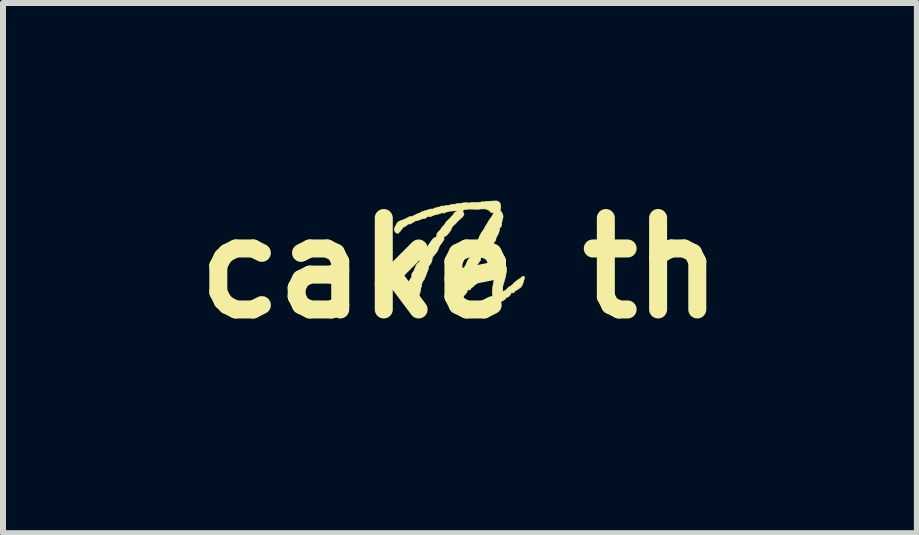
<source format=kicad_pcb>
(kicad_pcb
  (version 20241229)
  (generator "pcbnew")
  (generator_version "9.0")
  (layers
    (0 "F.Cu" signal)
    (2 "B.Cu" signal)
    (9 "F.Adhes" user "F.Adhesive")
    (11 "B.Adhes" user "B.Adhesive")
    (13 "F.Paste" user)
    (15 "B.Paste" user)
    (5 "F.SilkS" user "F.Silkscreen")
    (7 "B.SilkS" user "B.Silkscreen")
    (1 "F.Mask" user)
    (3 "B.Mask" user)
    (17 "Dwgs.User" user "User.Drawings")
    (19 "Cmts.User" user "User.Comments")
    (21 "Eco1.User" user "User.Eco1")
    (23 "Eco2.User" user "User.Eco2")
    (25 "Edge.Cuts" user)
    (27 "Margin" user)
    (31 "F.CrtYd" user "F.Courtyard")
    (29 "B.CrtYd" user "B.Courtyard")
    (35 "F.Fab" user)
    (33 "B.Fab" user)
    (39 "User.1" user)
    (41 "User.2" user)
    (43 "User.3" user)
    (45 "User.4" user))
  (footprint "cake th"
    (layer "F.Cu")
    (at 4.616 1.418)
    (property "Reference" "cake th" (at 0 0 0) (layer "F.SilkS") (effects (font (size 1.524 1.524) (thickness 0.3))))
    (attr through_hole)
    (fp_poly (pts (xy 0.627 -1.115) (xy 0.644 -1.106) (xy 0.65 -1.101) (xy 0.659 -1.091) (xy 0.667 -1.079) (xy 0.673 -1.068) (xy 0.676 -1.058) (xy 0.676 -1.056) (xy 0.676 -1.049) (xy 0.677 -1.04) (xy 0.679 -1.032) (xy 0.68 -1.021) (xy 0.68 -1.014) (xy 0.679 -1.007) (xy 0.677 -1.001) (xy 0.675 -0.991) (xy 0.672 -0.98) (xy 0.672 -0.979) (xy 0.669 -0.959) (xy 0.679 -0.949) (xy 0.69 -0.936) (xy 0.7 -0.92) (xy 0.708 -0.903) (xy 0.714 -0.885) (xy 0.717 -0.868) (xy 0.718 -0.853) (xy 0.716 -0.845) (xy 0.714 -0.836) (xy 0.711 -0.826) (xy 0.711 -0.826) (xy 0.708 -0.814) (xy 0.705 -0.8) (xy 0.701 -0.783) (xy 0.698 -0.767) (xy 0.696 -0.754) (xy 0.694 -0.742) (xy 0.691 -0.727) (xy 0.689 -0.716) (xy 0.688 -0.706) (xy 0.686 -0.697) (xy 0.686 -0.692) (xy 0.686 -0.691) (xy 0.684 -0.688) (xy 0.678 -0.683) (xy 0.676 -0.681) (xy 0.669 -0.677) (xy 0.665 -0.672) (xy 0.662 -0.665) (xy 0.66 -0.655) (xy 0.658 -0.642) (xy 0.658 -0.64) (xy 0.652 -0.609) (xy 0.641 -0.578) (xy 0.626 -0.547) (xy 0.614 -0.528) (xy 0.607 -0.516) (xy 0.603 -0.505) (xy 0.6 -0.493) (xy 0.6 -0.492) (xy 0.597 -0.478) (xy 0.594 -0.468) (xy 0.591 -0.46) (xy 0.586 -0.452) (xy 0.58 -0.443) (xy 0.576 -0.439) (xy 0.567 -0.427) (xy 0.559 -0.413) (xy 0.551 -0.4) (xy 0.55 -0.398) (xy 0.545 -0.388) (xy 0.538 -0.375) (xy 0.529 -0.361) (xy 0.519 -0.346) (xy 0.51 -0.333) (xy 0.499 -0.317) (xy 0.485 -0.298) (xy 0.472 -0.278) (xy 0.459 -0.26) (xy 0.453 -0.251) (xy 0.443 -0.237) (xy 0.432 -0.223) (xy 0.423 -0.21) (xy 0.415 -0.2) (xy 0.409 -0.193) (xy 0.401 -0.186) (xy 0.396 -0.181) (xy 0.393 -0.179) (xy 0.39 -0.179) (xy 0.387 -0.18) (xy 0.376 -0.183) (xy 0.364 -0.182) (xy 0.353 -0.179) (xy 0.351 -0.178) (xy 0.347 -0.175) (xy 0.344 -0.172) (xy 0.343 -0.168) (xy 0.343 -0.161) (xy 0.343 -0.154) (xy 0.344 -0.136) (xy 0.319 -0.1) (xy 0.308 -0.085) (xy 0.296 -0.068) (xy 0.284 -0.051) (xy 0.273 -0.036) (xy 0.271 -0.032) (xy 0.261 -0.017) (xy 0.253 -0.005) (xy 0.248 0.005) (xy 0.243 0.014) (xy 0.24 0.023) (xy 0.236 0.035) (xy 0.232 0.047) (xy 0.228 0.056) (xy 0.227 0.058) (xy 0.224 0.065) (xy 0.222 0.071) (xy 0.221 0.073) (xy 0.22 0.075) (xy 0.216 0.081) (xy 0.211 0.089) (xy 0.21 0.092) (xy 0.201 0.105) (xy 0.194 0.117) (xy 0.188 0.13) (xy 0.182 0.145) (xy 0.176 0.159) (xy 0.172 0.171) (xy 0.166 0.182) (xy 0.162 0.192) (xy 0.16 0.196) (xy 0.154 0.206) (xy 0.147 0.217) (xy 0.141 0.23) (xy 0.136 0.243) (xy 0.131 0.254) (xy 0.127 0.264) (xy 0.125 0.27) (xy 0.125 0.273) (xy 0.128 0.277) (xy 0.133 0.276) (xy 0.139 0.272) (xy 0.148 0.264) (xy 0.159 0.252) (xy 0.172 0.236) (xy 0.179 0.228) (xy 0.189 0.217) (xy 0.2 0.204) (xy 0.212 0.192) (xy 0.216 0.188) (xy 0.226 0.178) (xy 0.235 0.169) (xy 0.242 0.162) (xy 0.246 0.157) (xy 0.246 0.155) (xy 0.248 0.153) (xy 0.254 0.149) (xy 0.258 0.146) (xy 0.265 0.141) (xy 0.27 0.137) (xy 0.272 0.136) (xy 0.276 0.133) (xy 0.283 0.132) (xy 0.284 0.132) (xy 0.291 0.132) (xy 0.295 0.129) (xy 0.3 0.125) (xy 0.305 0.117) (xy 0.307 0.112) (xy 0.312 0.105) (xy 0.317 0.1) (xy 0.325 0.097) (xy 0.326 0.097) (xy 0.338 0.091) (xy 0.35 0.082) (xy 0.36 0.068) (xy 0.361 0.066) (xy 0.368 0.058) (xy 0.375 0.054) (xy 0.376 0.054) (xy 0.381 0.052) (xy 0.388 0.047) (xy 0.396 0.039) (xy 0.401 0.033) (xy 0.412 0.02) (xy 0.423 0.01) (xy 0.436 0.001) (xy 0.451 -0.008) (xy 0.46 -0.013) (xy 0.47 -0.019) (xy 0.481 -0.025) (xy 0.489 -0.03) (xy 0.505 -0.04) (xy 0.526 -0.05) (xy 0.551 -0.06) (xy 0.565 -0.065) (xy 0.593 -0.075) (xy 0.636 -0.075) (xy 0.653 -0.075) (xy 0.665 -0.074) (xy 0.675 -0.074) (xy 0.683 -0.073) (xy 0.69 -0.071) (xy 0.697 -0.069) (xy 0.697 -0.069) (xy 0.712 -0.064) (xy 0.724 -0.059) (xy 0.734 -0.054) (xy 0.743 -0.047) (xy 0.745 -0.046) (xy 0.754 -0.04) (xy 0.76 -0.034) (xy 0.764 -0.028) (xy 0.769 -0.02) (xy 0.771 -0.016) (xy 0.776 -0.002) (xy 0.777 0.016) (xy 0.776 0.037) (xy 0.775 0.047) (xy 0.773 0.056) (xy 0.771 0.068) (xy 0.769 0.082) (xy 0.768 0.09) (xy 0.766 0.102) (xy 0.765 0.113) (xy 0.763 0.122) (xy 0.762 0.126) (xy 0.761 0.132) (xy 0.758 0.141) (xy 0.756 0.152) (xy 0.756 0.154) (xy 0.754 0.162) (xy 0.75 0.175) (xy 0.746 0.19) (xy 0.741 0.206) (xy 0.736 0.224) (xy 0.734 0.229) (xy 0.728 0.249) (xy 0.722 0.266) (xy 0.719 0.28) (xy 0.716 0.291) (xy 0.714 0.301) (xy 0.713 0.31) (xy 0.712 0.319) (xy 0.712 0.329) (xy 0.712 0.341) (xy 0.712 0.346) (xy 0.713 0.364) (xy 0.714 0.377) (xy 0.716 0.386) (xy 0.719 0.391) (xy 0.724 0.391) (xy 0.73 0.388) (xy 0.738 0.383) (xy 0.741 0.38) (xy 0.748 0.374) (xy 0.755 0.37) (xy 0.759 0.368) (xy 0.763 0.367) (xy 0.77 0.362) (xy 0.775 0.356) (xy 0.789 0.342) (xy 0.799 0.331) (xy 0.807 0.323) (xy 0.813 0.317) (xy 0.818 0.313) (xy 0.821 0.31) (xy 0.824 0.309) (xy 0.827 0.308) (xy 0.828 0.307) (xy 0.839 0.303) (xy 0.852 0.295) (xy 0.865 0.285) (xy 0.877 0.274) (xy 0.882 0.269) (xy 0.894 0.256) (xy 0.909 0.242) (xy 0.927 0.227) (xy 0.945 0.212) (xy 0.964 0.198) (xy 0.982 0.186) (xy 0.998 0.177) (xy 0.999 0.176) (xy 1.005 0.172) (xy 1.013 0.165) (xy 1.019 0.159) (xy 1.03 0.15) (xy 1.041 0.143) (xy 1.051 0.138) (xy 1.058 0.137) (xy 1.064 0.139) (xy 1.069 0.142) (xy 1.073 0.149) (xy 1.074 0.158) (xy 1.073 0.17) (xy 1.069 0.186) (xy 1.068 0.187) (xy 1.065 0.2) (xy 1.061 0.214) (xy 1.058 0.226) (xy 1.055 0.237) (xy 1.05 0.25) (xy 1.045 0.264) (xy 1.043 0.268) (xy 1.038 0.279) (xy 1.033 0.289) (xy 1.029 0.297) (xy 1.028 0.3) (xy 1.02 0.313) (xy 1.009 0.322) (xy 1.005 0.324) (xy 0.998 0.328) (xy 0.991 0.334) (xy 0.989 0.335) (xy 0.972 0.35) (xy 0.95 0.364) (xy 0.939 0.369) (xy 0.929 0.373) (xy 0.922 0.378) (xy 0.917 0.383) (xy 0.911 0.39) (xy 0.909 0.394) (xy 0.902 0.404) (xy 0.897 0.41) (xy 0.892 0.413) (xy 0.887 0.413) (xy 0.88 0.411) (xy 0.877 0.41) (xy 0.864 0.404) (xy 0.854 0.416) (xy 0.848 0.424) (xy 0.842 0.433) (xy 0.84 0.438) (xy 0.838 0.445) (xy 0.834 0.451) (xy 0.827 0.458) (xy 0.817 0.468) (xy 0.808 0.476) (xy 0.802 0.481) (xy 0.797 0.484) (xy 0.793 0.485) (xy 0.789 0.484) (xy 0.788 0.484) (xy 0.778 0.484) (xy 0.771 0.487) (xy 0.766 0.494) (xy 0.764 0.505) (xy 0.764 0.505) (xy 0.762 0.51) (xy 0.757 0.515) (xy 0.749 0.522) (xy 0.745 0.524) (xy 0.737 0.529) (xy 0.73 0.533) (xy 0.726 0.536) (xy 0.726 0.536) (xy 0.723 0.537) (xy 0.717 0.541) (xy 0.709 0.546) (xy 0.707 0.547) (xy 0.695 0.555) (xy 0.684 0.56) (xy 0.672 0.563) (xy 0.658 0.565) (xy 0.654 0.566) (xy 0.644 0.566) (xy 0.637 0.566) (xy 0.632 0.564) (xy 0.627 0.561) (xy 0.623 0.558) (xy 0.614 0.552) (xy 0.605 0.547) (xy 0.596 0.543) (xy 0.591 0.541) (xy 0.59 0.541) (xy 0.585 0.539) (xy 0.578 0.532) (xy 0.571 0.522) (xy 0.564 0.51) (xy 0.561 0.503) (xy 0.557 0.492) (xy 0.552 0.482) (xy 0.548 0.474) (xy 0.546 0.471) (xy 0.543 0.464) (xy 0.542 0.457) (xy 0.541 0.447) (xy 0.541 0.441) (xy 0.541 0.43) (xy 0.54 0.42) (xy 0.538 0.413) (xy 0.538 0.412) (xy 0.536 0.406) (xy 0.537 0.401) (xy 0.54 0.395) (xy 0.541 0.394) (xy 0.544 0.386) (xy 0.545 0.381) (xy 0.544 0.377) (xy 0.542 0.367) (xy 0.541 0.354) (xy 0.543 0.336) (xy 0.545 0.325) (xy 0.547 0.312) (xy 0.549 0.299) (xy 0.551 0.288) (xy 0.551 0.287) (xy 0.553 0.276) (xy 0.555 0.265) (xy 0.556 0.259) (xy 0.558 0.251) (xy 0.56 0.24) (xy 0.562 0.228) (xy 0.563 0.225) (xy 0.565 0.212) (xy 0.568 0.2) (xy 0.571 0.19) (xy 0.571 0.188) (xy 0.573 0.18) (xy 0.574 0.169) (xy 0.575 0.156) (xy 0.576 0.142) (xy 0.576 0.128) (xy 0.576 0.115) (xy 0.576 0.104) (xy 0.575 0.096) (xy 0.574 0.092) (xy 0.574 0.092) (xy 0.57 0.09) (xy 0.563 0.087) (xy 0.554 0.082) (xy 0.552 0.082) (xy 0.54 0.077) (xy 0.531 0.075) (xy 0.525 0.076) (xy 0.519 0.08) (xy 0.514 0.088) (xy 0.508 0.097) (xy 0.502 0.105) (xy 0.499 0.108) (xy 0.495 0.113) (xy 0.492 0.115) (xy 0.487 0.116) (xy 0.479 0.116) (xy 0.477 0.115) (xy 0.461 0.114) (xy 0.456 0.123) (xy 0.451 0.131) (xy 0.443 0.139) (xy 0.434 0.147) (xy 0.426 0.153) (xy 0.419 0.156) (xy 0.407 0.161) (xy 0.394 0.169) (xy 0.381 0.178) (xy 0.372 0.184) (xy 0.364 0.19) (xy 0.359 0.192) (xy 0.351 0.197) (xy 0.34 0.204) (xy 0.329 0.213) (xy 0.318 0.221) (xy 0.308 0.23) (xy 0.301 0.237) (xy 0.298 0.241) (xy 0.291 0.249) (xy 0.285 0.252) (xy 0.279 0.256) (xy 0.272 0.262) (xy 0.267 0.267) (xy 0.255 0.278) (xy 0.243 0.285) (xy 0.234 0.29) (xy 0.229 0.295) (xy 0.225 0.302) (xy 0.22 0.309) (xy 0.215 0.314) (xy 0.208 0.317) (xy 0.2 0.32) (xy 0.194 0.324) (xy 0.189 0.329) (xy 0.183 0.338) (xy 0.178 0.348) (xy 0.173 0.356) (xy 0.169 0.361) (xy 0.166 0.364) (xy 0.163 0.364) (xy 0.163 0.364) (xy 0.151 0.362) (xy 0.143 0.362) (xy 0.137 0.362) (xy 0.134 0.363) (xy 0.131 0.365) (xy 0.131 0.365) (xy 0.124 0.372) (xy 0.12 0.381) (xy 0.118 0.391) (xy 0.117 0.395) (xy 0.116 0.4) (xy 0.113 0.404) (xy 0.109 0.41) (xy 0.104 0.417) (xy 0.097 0.426) (xy 0.087 0.436) (xy 0.076 0.449) (xy 0.061 0.464) (xy 0.043 0.482) (xy 0.031 0.495) (xy 0.018 0.508) (xy 0.009 0.519) (xy 0.001 0.529) (xy -0.004 0.538) (xy -0.007 0.543) (xy -0.012 0.553) (xy -0.018 0.561) (xy -0.024 0.568) (xy -0.033 0.576) (xy -0.044 0.585) (xy -0.053 0.592) (xy -0.066 0.6) (xy -0.076 0.605) (xy -0.082 0.607) (xy -0.094 0.605) (xy -0.105 0.597) (xy -0.115 0.586) (xy -0.123 0.572) (xy -0.129 0.557) (xy -0.134 0.547) (xy -0.137 0.539) (xy -0.138 0.534) (xy -0.139 0.53) (xy -0.139 0.527) (xy -0.138 0.525) (xy -0.137 0.519) (xy -0.136 0.509) (xy -0.135 0.498) (xy -0.135 0.494) (xy -0.134 0.482) (xy -0.131 0.471) (xy -0.128 0.458) (xy -0.124 0.442) (xy -0.118 0.424) (xy -0.114 0.412) (xy -0.108 0.397) (xy -0.103 0.385) (xy -0.097 0.373) (xy -0.089 0.36) (xy -0.086 0.356) (xy -0.077 0.339) (xy -0.069 0.322) (xy -0.062 0.303) (xy -0.06 0.295) (xy -0.058 0.287) (xy -0.056 0.278) (xy -0.056 0.27) (xy -0.056 0.264) (xy -0.058 0.262) (xy -0.058 0.262) (xy -0.06 0.263) (xy -0.066 0.266) (xy -0.074 0.271) (xy -0.075 0.271) (xy -0.089 0.28) (xy -0.102 0.287) (xy -0.112 0.292) (xy -0.12 0.294) (xy -0.122 0.295) (xy -0.13 0.292) (xy -0.138 0.286) (xy -0.142 0.279) (xy -0.144 0.266) (xy -0.144 0.25) (xy -0.142 0.23) (xy -0.141 0.228) (xy -0.138 0.214) (xy -0.134 0.201) (xy -0.129 0.19) (xy -0.122 0.177) (xy -0.113 0.162) (xy -0.105 0.152) (xy -0.1 0.144) (xy -0.096 0.14) (xy -0.092 0.137) (xy -0.087 0.135) (xy -0.084 0.134) (xy -0.08 0.133) (xy -0.076 0.131) (xy -0.072 0.129) (xy -0.068 0.125) (xy -0.062 0.12) (xy -0.054 0.112) (xy -0.044 0.102) (xy -0.031 0.089) (xy -0.029 0.086) (xy -0.019 0.075) (xy -0.006 0.063) (xy 0.008 0.049) (xy 0.022 0.036) (xy 0.035 0.022) (xy 0.048 0.01) (xy 0.059 0.001) (xy 0.066 -0.006) (xy 0.072 -0.012) (xy 0.077 -0.018) (xy 0.082 -0.026) (xy 0.089 -0.038) (xy 0.096 -0.052) (xy 0.103 -0.066) (xy 0.109 -0.08) (xy 0.115 -0.093) (xy 0.119 -0.104) (xy 0.12 -0.106) (xy 0.125 -0.118) (xy 0.13 -0.127) (xy 0.133 -0.131) (xy 0.138 -0.136) (xy 0.142 -0.144) (xy 0.145 -0.149) (xy 0.149 -0.158) (xy 0.154 -0.164) (xy 0.159 -0.166) (xy 0.164 -0.169) (xy 0.166 -0.173) (xy 0.168 -0.179) (xy 0.168 -0.182) (xy 0.17 -0.191) (xy 0.174 -0.203) (xy 0.179 -0.217) (xy 0.186 -0.232) (xy 0.193 -0.246) (xy 0.2 -0.258) (xy 0.206 -0.27) (xy 0.215 -0.285) (xy 0.224 -0.303) (xy 0.234 -0.324) (xy 0.245 -0.346) (xy 0.255 -0.368) (xy 0.26 -0.38) (xy 0.263 -0.386) (xy 0.267 -0.395) (xy 0.273 -0.407) (xy 0.279 -0.42) (xy 0.282 -0.425) (xy 0.289 -0.441) (xy 0.298 -0.46) (xy 0.306 -0.479) (xy 0.313 -0.497) (xy 0.315 -0.5) (xy 0.327 -0.529) (xy 0.339 -0.555) (xy 0.352 -0.578) (xy 0.365 -0.599) (xy 0.38 -0.621) (xy 0.388 -0.631) (xy 0.395 -0.642) (xy 0.403 -0.655) (xy 0.41 -0.668) (xy 0.411 -0.671) (xy 0.417 -0.683) (xy 0.424 -0.696) (xy 0.431 -0.707) (xy 0.432 -0.709) (xy 0.439 -0.718) (xy 0.446 -0.73) (xy 0.454 -0.743) (xy 0.459 -0.751) (xy 0.465 -0.761) (xy 0.47 -0.77) (xy 0.474 -0.777) (xy 0.476 -0.78) (xy 0.479 -0.785) (xy 0.483 -0.792) (xy 0.484 -0.794) (xy 0.489 -0.802) (xy 0.496 -0.813) (xy 0.506 -0.827) (xy 0.519 -0.844) (xy 0.525 -0.851) (xy 0.531 -0.861) (xy 0.538 -0.872) (xy 0.544 -0.883) (xy 0.549 -0.893) (xy 0.555 -0.902) (xy 0.559 -0.908) (xy 0.56 -0.909) (xy 0.564 -0.914) (xy 0.565 -0.918) (xy 0.565 -0.919) (xy 0.562 -0.921) (xy 0.555 -0.922) (xy 0.546 -0.922) (xy 0.545 -0.922) (xy 0.529 -0.923) (xy 0.517 -0.927) (xy 0.508 -0.934) (xy 0.5 -0.944) (xy 0.499 -0.945) (xy 0.496 -0.95) (xy 0.493 -0.954) (xy 0.49 -0.958) (xy 0.485 -0.961) (xy 0.477 -0.965) (xy 0.466 -0.97) (xy 0.452 -0.976) (xy 0.448 -0.978) (xy 0.441 -0.981) (xy 0.435 -0.984) (xy 0.43 -0.985) (xy 0.422 -0.985) (xy 0.41 -0.986) (xy 0.396 -0.986) (xy 0.381 -0.986) (xy 0.366 -0.986) (xy 0.352 -0.985) (xy 0.341 -0.985) (xy 0.332 -0.984) (xy 0.327 -0.983) (xy 0.327 -0.983) (xy 0.323 -0.982) (xy 0.314 -0.982) (xy 0.301 -0.981) (xy 0.284 -0.981) (xy 0.263 -0.982) (xy 0.248 -0.982) (xy 0.223 -0.983) (xy 0.203 -0.983) (xy 0.186 -0.983) (xy 0.172 -0.983) (xy 0.16 -0.983) (xy 0.15 -0.983) (xy 0.141 -0.983) (xy 0.133 -0.982) (xy 0.123 -0.981) (xy 0.113 -0.979) (xy 0.105 -0.978) (xy 0.089 -0.976) (xy 0.078 -0.974) (xy 0.07 -0.972) (xy 0.064 -0.97) (xy 0.059 -0.968) (xy 0.057 -0.966) (xy 0.051 -0.961) (xy 0.049 -0.956) (xy 0.048 -0.949) (xy 0.05 -0.938) (xy 0.055 -0.926) (xy 0.056 -0.923) (xy 0.062 -0.912) (xy 0.065 -0.903) (xy 0.067 -0.897) (xy 0.066 -0.891) (xy 0.063 -0.886) (xy 0.061 -0.883) (xy 0.057 -0.876) (xy 0.053 -0.869) (xy 0.052 -0.867) (xy 0.05 -0.863) (xy 0.046 -0.857) (xy 0.038 -0.849) (xy 0.028 -0.84) (xy 0.015 -0.828) (xy -0.002 -0.813) (xy -0.017 -0.801) (xy -0.032 -0.787) (xy -0.045 -0.775) (xy -0.057 -0.76) (xy -0.063 -0.752) (xy -0.071 -0.742) (xy -0.078 -0.735) (xy -0.085 -0.73) (xy -0.086 -0.73) (xy -0.095 -0.725) (xy -0.105 -0.715) (xy -0.116 -0.703) (xy -0.127 -0.688) (xy -0.133 -0.68) (xy -0.135 -0.676) (xy -0.138 -0.668) (xy -0.143 -0.656) (xy -0.149 -0.643) (xy -0.15 -0.641) (xy -0.152 -0.635) (xy -0.153 -0.631) (xy -0.156 -0.626) (xy -0.161 -0.62) (xy -0.163 -0.617) (xy -0.167 -0.612) (xy -0.174 -0.603) (xy -0.182 -0.593) (xy -0.19 -0.582) (xy -0.191 -0.581) (xy -0.199 -0.571) (xy -0.205 -0.563) (xy -0.21 -0.557) (xy -0.213 -0.554) (xy -0.214 -0.554) (xy -0.217 -0.552) (xy -0.222 -0.548) (xy -0.228 -0.542) (xy -0.236 -0.536) (xy -0.242 -0.532) (xy -0.248 -0.531) (xy -0.25 -0.531) (xy -0.26 -0.529) (xy -0.266 -0.524) (xy -0.268 -0.516) (xy -0.268 -0.511) (xy -0.267 -0.503) (xy -0.266 -0.493) (xy -0.266 -0.489) (xy -0.266 -0.48) (xy -0.268 -0.474) (xy -0.272 -0.468) (xy -0.274 -0.465) (xy -0.281 -0.457) (xy -0.286 -0.449) (xy -0.288 -0.445) (xy -0.303 -0.42) (xy -0.321 -0.397) (xy -0.324 -0.393) (xy -0.331 -0.386) (xy -0.335 -0.379) (xy -0.338 -0.375) (xy -0.338 -0.375) (xy -0.339 -0.372) (xy -0.342 -0.365) (xy -0.346 -0.355) (xy -0.35 -0.347) (xy -0.356 -0.336) (xy -0.36 -0.325) (xy -0.363 -0.317) (xy -0.364 -0.313) (xy -0.367 -0.304) (xy -0.372 -0.292) (xy -0.381 -0.279) (xy -0.392 -0.263) (xy -0.406 -0.244) (xy -0.423 -0.222) (xy -0.431 -0.212) (xy -0.439 -0.203) (xy -0.446 -0.195) (xy -0.45 -0.19) (xy -0.452 -0.188) (xy -0.455 -0.184) (xy -0.458 -0.176) (xy -0.461 -0.165) (xy -0.464 -0.153) (xy -0.466 -0.142) (xy -0.467 -0.132) (xy -0.467 -0.128) (xy -0.468 -0.121) (xy -0.47 -0.114) (xy -0.473 -0.106) (xy -0.478 -0.095) (xy -0.48 -0.091) (xy -0.491 -0.072) (xy -0.501 -0.057) (xy -0.509 -0.047) (xy -0.514 -0.042) (xy -0.517 -0.039) (xy -0.52 -0.034) (xy -0.522 -0.025) (xy -0.523 -0.018) (xy -0.526 0.001) (xy -0.53 0.019) (xy -0.534 0.033) (xy -0.537 0.04) (xy -0.54 0.046) (xy -0.541 0.049) (xy -0.541 0.049) (xy -0.542 0.052) (xy -0.544 0.058) (xy -0.546 0.062) (xy -0.549 0.069) (xy -0.553 0.08) (xy -0.557 0.091) (xy -0.557 0.091) (xy -0.561 0.101) (xy -0.564 0.11) (xy -0.566 0.115) (xy -0.566 0.116) (xy -0.568 0.12) (xy -0.571 0.128) (xy -0.575 0.138) (xy -0.576 0.14) (xy -0.58 0.151) (xy -0.586 0.164) (xy -0.592 0.177) (xy -0.598 0.189) (xy -0.604 0.199) (xy -0.609 0.206) (xy -0.609 0.207) (xy -0.613 0.212) (xy -0.618 0.219) (xy -0.623 0.228) (xy -0.624 0.23) (xy -0.631 0.242) (xy -0.634 0.253) (xy -0.636 0.263) (xy -0.637 0.27) (xy -0.639 0.282) (xy -0.642 0.296) (xy -0.646 0.311) (xy -0.649 0.323) (xy -0.653 0.338) (xy -0.656 0.352) (xy -0.658 0.363) (xy -0.66 0.371) (xy -0.66 0.375) (xy -0.661 0.385) (xy -0.664 0.398) (xy -0.668 0.414) (xy -0.674 0.433) (xy -0.682 0.457) (xy -0.684 0.464) (xy -0.688 0.475) (xy -0.691 0.485) (xy -0.693 0.492) (xy -0.693 0.495) (xy -0.692 0.5) (xy -0.69 0.508) (xy -0.686 0.517) (xy -0.681 0.53) (xy -0.679 0.542) (xy -0.68 0.555) (xy -0.684 0.57) (xy -0.685 0.572) (xy -0.688 0.583) (xy -0.69 0.593) (xy -0.691 0.601) (xy -0.693 0.616) (xy -0.7 0.629) (xy -0.711 0.641) (xy -0.724 0.649) (xy -0.732 0.651) (xy -0.744 0.652) (xy -0.757 0.653) (xy -0.771 0.654) (xy -0.783 0.654) (xy -0.791 0.653) (xy -0.799 0.651) (xy -0.804 0.649) (xy -0.806 0.648) (xy -0.811 0.645) (xy -0.812 0.645) (xy -0.817 0.644) (xy -0.824 0.639) (xy -0.833 0.634) (xy -0.842 0.626) (xy -0.851 0.619) (xy -0.854 0.617) (xy -0.868 0.6) (xy -0.882 0.581) (xy -0.892 0.56) (xy -0.9 0.54) (xy -0.902 0.531) (xy -0.905 0.511) (xy -0.908 0.492) (xy -0.909 0.475) (xy -0.908 0.46) (xy -0.907 0.451) (xy -0.904 0.435) (xy -0.901 0.418) (xy -0.897 0.402) (xy -0.894 0.387) (xy -0.891 0.375) (xy -0.889 0.365) (xy -0.887 0.36) (xy -0.887 0.359) (xy -0.886 0.355) (xy -0.884 0.347) (xy -0.883 0.336) (xy -0.882 0.323) (xy -0.882 0.323) (xy -0.88 0.304) (xy -0.877 0.288) (xy -0.874 0.273) (xy -0.87 0.26) (xy -0.864 0.247) (xy -0.857 0.232) (xy -0.847 0.216) (xy -0.835 0.196) (xy -0.827 0.184) (xy -0.82 0.173) (xy -0.815 0.164) (xy -0.811 0.158) (xy -0.81 0.156) (xy -0.809 0.153) (xy -0.806 0.148) (xy -0.805 0.148) (xy -0.802 0.142) (xy -0.802 0.137) (xy -0.803 0.13) (xy -0.804 0.116) (xy -0.802 0.1) (xy -0.795 0.085) (xy -0.786 0.071) (xy -0.777 0.061) (xy -0.772 0.057) (xy -0.77 0.053) (xy -0.77 0.053) (xy -0.769 0.049) (xy -0.766 0.042) (xy -0.762 0.032) (xy -0.757 0.02) (xy -0.752 0.007) (xy -0.746 -0.007) (xy -0.74 -0.021) (xy -0.735 -0.033) (xy -0.731 -0.043) (xy -0.729 -0.047) (xy -0.719 -0.064) (xy -0.706 -0.078) (xy -0.693 -0.087) (xy -0.685 -0.093) (xy -0.677 -0.101) (xy -0.675 -0.104) (xy -0.668 -0.114) (xy -0.671 -0.136) (xy -0.672 -0.145) (xy -0.673 -0.153) (xy -0.672 -0.159) (xy -0.67 -0.165) (xy -0.665 -0.172) (xy -0.659 -0.181) (xy -0.652 -0.19) (xy -0.644 -0.202) (xy -0.636 -0.215) (xy -0.629 -0.227) (xy -0.629 -0.227) (xy -0.623 -0.238) (xy -0.615 -0.248) (xy -0.606 -0.258) (xy -0.598 -0.265) (xy -0.589 -0.274) (xy -0.582 -0.281) (xy -0.578 -0.287) (xy -0.575 -0.293) (xy -0.573 -0.299) (xy -0.569 -0.309) (xy -0.565 -0.319) (xy -0.559 -0.33) (xy -0.552 -0.343) (xy -0.543 -0.357) (xy -0.532 -0.373) (xy -0.518 -0.393) (xy -0.511 -0.403) (xy -0.495 -0.426) (xy -0.481 -0.445) (xy -0.469 -0.461) (xy -0.459 -0.474) (xy -0.451 -0.484) (xy -0.444 -0.491) (xy -0.438 -0.497) (xy -0.432 -0.501) (xy -0.427 -0.504) (xy -0.422 -0.506) (xy -0.416 -0.508) (xy -0.415 -0.508) (xy -0.407 -0.51) (xy -0.401 -0.513) (xy -0.399 -0.514) (xy -0.395 -0.519) (xy -0.391 -0.529) (xy -0.388 -0.544) (xy -0.385 -0.556) (xy -0.381 -0.58) (xy -0.352 -0.611) (xy -0.339 -0.624) (xy -0.329 -0.635) (xy -0.321 -0.645) (xy -0.317 -0.653) (xy -0.316 -0.653) (xy -0.311 -0.661) (xy -0.304 -0.672) (xy -0.293 -0.684) (xy -0.282 -0.698) (xy -0.269 -0.711) (xy -0.264 -0.716) (xy -0.256 -0.726) (xy -0.248 -0.738) (xy -0.244 -0.745) (xy -0.237 -0.757) (xy -0.228 -0.769) (xy -0.215 -0.784) (xy -0.198 -0.8) (xy -0.178 -0.818) (xy -0.175 -0.82) (xy -0.166 -0.829) (xy -0.157 -0.839) (xy -0.149 -0.848) (xy -0.149 -0.848) (xy -0.142 -0.857) (xy -0.133 -0.867) (xy -0.124 -0.877) (xy -0.123 -0.878) (xy -0.115 -0.887) (xy -0.108 -0.896) (xy -0.103 -0.904) (xy -0.102 -0.905) (xy -0.094 -0.918) (xy -0.083 -0.929) (xy -0.073 -0.936) (xy -0.064 -0.941) (xy -0.058 -0.947) (xy -0.055 -0.953) (xy -0.055 -0.956) (xy -0.059 -0.959) (xy -0.067 -0.96) (xy -0.079 -0.958) (xy -0.086 -0.956) (xy -0.097 -0.954) (xy -0.112 -0.952) (xy -0.131 -0.951) (xy -0.136 -0.951) (xy -0.159 -0.95) (xy -0.178 -0.948) (xy -0.192 -0.944) (xy -0.203 -0.94) (xy -0.204 -0.939) (xy -0.21 -0.937) (xy -0.218 -0.935) (xy -0.225 -0.934) (xy -0.236 -0.933) (xy -0.243 -0.93) (xy -0.249 -0.926) (xy -0.25 -0.925) (xy -0.259 -0.917) (xy -0.285 -0.919) (xy -0.312 -0.92) (xy -0.329 -0.911) (xy -0.346 -0.904) (xy -0.366 -0.899) (xy -0.371 -0.898) (xy -0.386 -0.895) (xy -0.399 -0.892) (xy -0.411 -0.889) (xy -0.423 -0.885) (xy -0.436 -0.881) (xy -0.453 -0.874) (xy -0.457 -0.872) (xy -0.472 -0.866) (xy -0.484 -0.862) (xy -0.492 -0.86) (xy -0.499 -0.859) (xy -0.505 -0.858) (xy -0.505 -0.859) (xy -0.52 -0.859) (xy -0.531 -0.859) (xy -0.538 -0.858) (xy -0.544 -0.856) (xy -0.549 -0.852) (xy -0.549 -0.852) (xy -0.567 -0.838) (xy -0.584 -0.829) (xy -0.602 -0.824) (xy -0.614 -0.823) (xy -0.623 -0.823) (xy -0.63 -0.821) (xy -0.639 -0.819) (xy -0.649 -0.815) (xy -0.663 -0.81) (xy -0.674 -0.805) (xy -0.686 -0.8) (xy -0.695 -0.796) (xy -0.703 -0.795) (xy -0.71 -0.795) (xy -0.722 -0.793) (xy -0.738 -0.788) (xy -0.756 -0.779) (xy -0.775 -0.768) (xy -0.783 -0.762) (xy -0.795 -0.756) (xy -0.806 -0.749) (xy -0.81 -0.746) (xy -0.821 -0.74) (xy -0.828 -0.737) (xy -0.833 -0.735) (xy -0.839 -0.735) (xy -0.844 -0.735) (xy -0.852 -0.736) (xy -0.859 -0.734) (xy -0.865 -0.731) (xy -0.873 -0.725) (xy -0.88 -0.719) (xy -0.89 -0.711) (xy -0.902 -0.703) (xy -0.91 -0.698) (xy -0.92 -0.693) (xy -0.931 -0.688) (xy -0.938 -0.684) (xy -0.944 -0.681) (xy -0.949 -0.677) (xy -0.954 -0.671) (xy -0.96 -0.663) (xy -0.967 -0.653) (xy -0.971 -0.646) (xy -0.976 -0.639) (xy -0.984 -0.63) (xy -0.993 -0.619) (xy -1.003 -0.608) (xy -1.005 -0.606) (xy -1.03 -0.579) (xy -1.042 -0.581) (xy -1.058 -0.585) (xy -1.07 -0.592) (xy -1.08 -0.603) (xy -1.088 -0.618) (xy -1.092 -0.637) (xy -1.094 -0.647) (xy -1.094 -0.653) (xy -1.093 -0.659) (xy -1.091 -0.664) (xy -1.091 -0.665) (xy -1.079 -0.69) (xy -1.069 -0.71) (xy -1.06 -0.727) (xy -1.052 -0.741) (xy -1.045 -0.752) (xy -1.037 -0.761) (xy -1.03 -0.768) (xy -1.022 -0.774) (xy -1.013 -0.779) (xy -1.007 -0.782) (xy -0.996 -0.787) (xy -0.984 -0.792) (xy -0.977 -0.794) (xy -0.969 -0.796) (xy -0.962 -0.798) (xy -0.955 -0.801) (xy -0.946 -0.805) (xy -0.934 -0.81) (xy -0.928 -0.813) (xy -0.883 -0.833) (xy -0.876 -0.836) (xy -0.867 -0.841) (xy -0.858 -0.847) (xy -0.854 -0.85) (xy -0.849 -0.854) (xy -0.844 -0.857) (xy -0.839 -0.858) (xy -0.831 -0.858) (xy -0.822 -0.859) (xy -0.811 -0.859) (xy -0.804 -0.859) (xy -0.797 -0.861) (xy -0.789 -0.864) (xy -0.779 -0.869) (xy -0.778 -0.87) (xy -0.768 -0.875) (xy -0.76 -0.879) (xy -0.755 -0.881) (xy -0.753 -0.881) (xy -0.75 -0.883) (xy -0.744 -0.886) (xy -0.736 -0.891) (xy -0.735 -0.891) (xy -0.725 -0.897) (xy -0.714 -0.902) (xy -0.706 -0.906) (xy -0.697 -0.908) (xy -0.689 -0.911) (xy -0.686 -0.912) (xy -0.68 -0.914) (xy -0.676 -0.914) (xy -0.673 -0.916) (xy -0.666 -0.919) (xy -0.658 -0.925) (xy -0.657 -0.925) (xy -0.647 -0.932) (xy -0.635 -0.937) (xy -0.626 -0.941) (xy -0.617 -0.943) (xy -0.61 -0.946) (xy -0.606 -0.947) (xy -0.603 -0.948) (xy -0.6 -0.95) (xy -0.594 -0.952) (xy -0.586 -0.954) (xy -0.576 -0.957) (xy -0.561 -0.962) (xy -0.543 -0.967) (xy -0.53 -0.971) (xy -0.517 -0.975) (xy -0.506 -0.979) (xy -0.498 -0.981) (xy -0.493 -0.983) (xy -0.493 -0.983) (xy -0.483 -0.985) (xy -0.473 -0.984) (xy -0.47 -0.983) (xy -0.462 -0.982) (xy -0.452 -0.984) (xy -0.439 -0.989) (xy -0.43 -0.994) (xy -0.415 -1.001) (xy -0.401 -1.005) (xy -0.391 -1.006) (xy -0.38 -1.009) (xy -0.37 -1.013) (xy -0.361 -1.016) (xy -0.354 -1.018) (xy -0.351 -1.019) (xy -0.351 -1.019) (xy -0.347 -1.019) (xy -0.344 -1.018) (xy -0.339 -1.017) (xy -0.334 -1.019) (xy -0.327 -1.025) (xy -0.315 -1.032) (xy -0.302 -1.035) (xy -0.287 -1.034) (xy -0.28 -1.033) (xy -0.271 -1.033) (xy -0.261 -1.035) (xy -0.254 -1.036) (xy -0.241 -1.039) (xy -0.226 -1.041) (xy -0.211 -1.042) (xy -0.208 -1.042) (xy -0.194 -1.043) (xy -0.185 -1.044) (xy -0.179 -1.046) (xy -0.178 -1.047) (xy -0.174 -1.049) (xy -0.166 -1.052) (xy -0.156 -1.054) (xy -0.146 -1.056) (xy -0.133 -1.059) (xy -0.121 -1.061) (xy -0.11 -1.063) (xy -0.105 -1.064) (xy -0.096 -1.066) (xy -0.086 -1.066) (xy -0.083 -1.065) (xy -0.076 -1.065) (xy -0.071 -1.066) (xy -0.07 -1.066) (xy -0.064 -1.07) (xy -0.053 -1.073) (xy -0.041 -1.075) (xy -0.028 -1.076) (xy -0.016 -1.076) (xy -0.016 -1.076) (xy -0.002 -1.075) (xy 0.009 -1.077) (xy 0.013 -1.078) (xy 0.029 -1.082) (xy 0.048 -1.085) (xy 0.069 -1.088) (xy 0.091 -1.089) (xy 0.112 -1.089) (xy 0.13 -1.087) (xy 0.131 -1.087) (xy 0.143 -1.085) (xy 0.151 -1.085) (xy 0.157 -1.085) (xy 0.162 -1.087) (xy 0.167 -1.088) (xy 0.181 -1.092) (xy 0.194 -1.093) (xy 0.206 -1.092) (xy 0.217 -1.092) (xy 0.223 -1.092) (xy 0.235 -1.092) (xy 0.243 -1.092) (xy 0.251 -1.092) (xy 0.259 -1.092) (xy 0.266 -1.091) (xy 0.277 -1.092) (xy 0.29 -1.093) (xy 0.304 -1.094) (xy 0.306 -1.094) (xy 0.319 -1.096) (xy 0.334 -1.098) (xy 0.346 -1.099) (xy 0.348 -1.1) (xy 0.358 -1.101) (xy 0.367 -1.103) (xy 0.372 -1.105) (xy 0.373 -1.105) (xy 0.378 -1.107) (xy 0.383 -1.107) (xy 0.387 -1.105) (xy 0.4 -1.103) (xy 0.414 -1.104) (xy 0.424 -1.108) (xy 0.432 -1.112) (xy 0.436 -1.113) (xy 0.44 -1.112) (xy 0.442 -1.111) (xy 0.446 -1.109) (xy 0.451 -1.108) (xy 0.458 -1.109) (xy 0.466 -1.11) (xy 0.486 -1.112) (xy 0.507 -1.115) (xy 0.526 -1.116) (xy 0.542 -1.117) (xy 0.554 -1.117) (xy 0.566 -1.117) (xy 0.579 -1.118) (xy 0.587 -1.119) (xy 0.608 -1.119) (xy 0.627 -1.115)) (stroke (width 0.01) (type solid)) (fill yes) (layer "F.SilkS")))
  (gr_rect
    (start -3 -3)
    (end 12.231 5.836)
    (stroke (width 0.1) (type default))
    (fill no)
    (layer "Edge.Cuts")))
</source>
